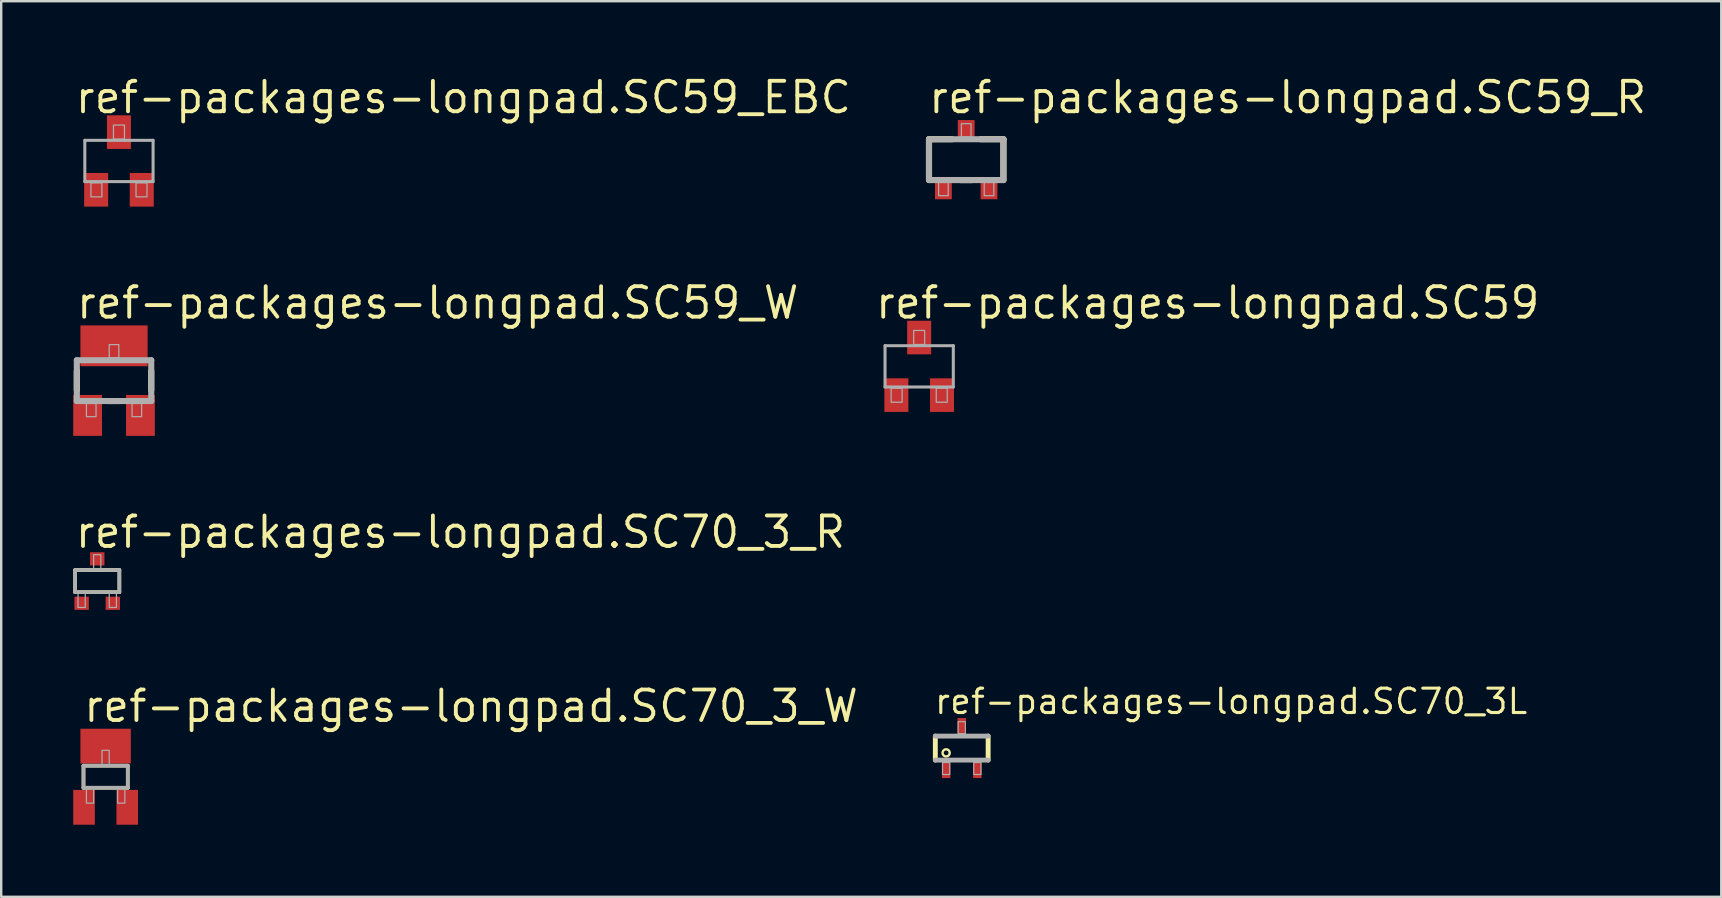
<source format=kicad_pcb>
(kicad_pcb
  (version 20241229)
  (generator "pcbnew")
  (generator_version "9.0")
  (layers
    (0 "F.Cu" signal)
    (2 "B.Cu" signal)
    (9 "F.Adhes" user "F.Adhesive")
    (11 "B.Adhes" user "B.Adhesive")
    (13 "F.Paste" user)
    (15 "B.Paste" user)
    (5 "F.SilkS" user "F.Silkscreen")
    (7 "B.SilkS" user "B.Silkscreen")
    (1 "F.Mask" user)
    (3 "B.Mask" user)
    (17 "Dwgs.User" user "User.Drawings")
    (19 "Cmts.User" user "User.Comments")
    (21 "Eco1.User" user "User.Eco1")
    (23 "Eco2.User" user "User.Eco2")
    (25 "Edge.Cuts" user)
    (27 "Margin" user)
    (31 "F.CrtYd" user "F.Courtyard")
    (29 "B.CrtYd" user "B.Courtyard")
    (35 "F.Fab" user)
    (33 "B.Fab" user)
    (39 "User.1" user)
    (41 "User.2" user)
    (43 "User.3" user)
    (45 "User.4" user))
  (footprint "ref-packages-longpad.SC70_3_W"
    (layer "F.Cu")
    (at 1.35 29.305)
    (property "Reference" "ref-packages-longpad.SC70_3_W" (at -1 -2.2 0) (layer "F.SilkS") (effects (font (size 1.27 1.27) (thickness 0.16)) (justify left bottom)))
    (attr smd)
    (fp_line (start -0.922 -0.46) (end 0.922 -0.46) (stroke (width 0.152) (type default)) (layer "F.SilkS"))
    (fp_line (start -0.922 0.46) (end -0.922 -0.46) (stroke (width 0.152) (type default)) (layer "F.SilkS"))
    (fp_line (start 0.922 -0.46) (end 0.922 0.46) (stroke (width 0.152) (type default)) (layer "F.SilkS"))
    (fp_line (start 0.922 0.46) (end -0.922 0.46) (stroke (width 0.152) (type default)) (layer "F.SilkS"))
    (fp_line (start -0.922 -0.46) (end 0.922 -0.46) (stroke (width 0.152) (type default)) (layer "F.Fab"))
    (fp_line (start -0.922 0.46) (end -0.922 -0.46) (stroke (width 0.152) (type default)) (layer "F.Fab"))
    (fp_line (start 0.922 -0.46) (end 0.922 0.46) (stroke (width 0.152) (type default)) (layer "F.Fab"))
    (fp_line (start 0.922 0.46) (end -0.922 0.46) (stroke (width 0.152) (type default)) (layer "F.Fab"))
    (fp_rect (start -0.8 1.1) (end -0.5 0.5) (stroke (width 0.05) (type default)) (fill no) (layer "F.Fab"))
    (fp_rect (start -0.15 -0.5) (end 0.15 -1.1) (stroke (width 0.05) (type default)) (fill no) (layer "F.Fab"))
    (fp_rect (start 0.5 1.1) (end 0.8 0.5) (stroke (width 0.05) (type default)) (fill no) (layer "F.Fab"))
    (pad "1" smd roundrect (at -0.9 1.275) (size 0.9 1.45) (layers "F.Cu" "F.Mask" "F.Paste") (roundrect_rratio 0.01))
    (pad "2" smd roundrect (at 0.9 1.275) (size 0.9 1.45) (layers "F.Cu" "F.Mask" "F.Paste") (roundrect_rratio 0.01))
    (pad "3" smd roundrect (at 0 -1.275) (size 2.1 1.45) (layers "F.Cu" "F.Mask" "F.Paste") (roundrect_rratio 0.01)))
  (footprint "ref-packages-longpad.SC70_3_R"
    (layer "F.Cu")
    (at 1 21.155)
    (property "Reference" "ref-packages-longpad.SC70_3_R" (at -1 -1.3 0) (layer "F.SilkS") (effects (font (size 1.27 1.27) (thickness 0.16)) (justify left bottom)))
    (attr smd)
    (fp_line (start -0.922 -0.46) (end 0.922 -0.46) (stroke (width 0.152) (type default)) (layer "F.SilkS"))
    (fp_line (start -0.922 0.46) (end -0.922 -0.46) (stroke (width 0.152) (type default)) (layer "F.SilkS"))
    (fp_line (start 0.922 -0.46) (end 0.922 0.46) (stroke (width 0.152) (type default)) (layer "F.SilkS"))
    (fp_line (start 0.922 0.46) (end -0.922 0.46) (stroke (width 0.152) (type default)) (layer "F.SilkS"))
    (fp_line (start -0.922 -0.46) (end 0.922 -0.46) (stroke (width 0.152) (type default)) (layer "F.Fab"))
    (fp_line (start -0.922 0.46) (end -0.922 -0.46) (stroke (width 0.152) (type default)) (layer "F.Fab"))
    (fp_line (start 0.922 -0.46) (end 0.922 0.46) (stroke (width 0.152) (type default)) (layer "F.Fab"))
    (fp_line (start 0.922 0.46) (end -0.922 0.46) (stroke (width 0.152) (type default)) (layer "F.Fab"))
    (fp_rect (start -0.8 1.1) (end -0.5 0.5) (stroke (width 0.05) (type default)) (fill no) (layer "F.Fab"))
    (fp_rect (start -0.15 -0.5) (end 0.15 -1.1) (stroke (width 0.05) (type default)) (fill no) (layer "F.Fab"))
    (fp_rect (start 0.5 1.1) (end 0.8 0.5) (stroke (width 0.05) (type default)) (fill no) (layer "F.Fab"))
    (pad "1" smd roundrect (at -0.65 0.925) (size 0.6 0.55) (layers "F.Cu" "F.Mask" "F.Paste") (roundrect_rratio 0.01))
    (pad "2" smd roundrect (at 0.65 0.925) (size 0.6 0.55) (layers "F.Cu" "F.Mask" "F.Paste") (roundrect_rratio 0.01))
    (pad "3" smd roundrect (at 0 -0.925) (size 0.6 0.55) (layers "F.Cu" "F.Mask" "F.Paste") (roundrect_rratio 0.01)))
  (footprint "ref-packages-longpad.SC59_EBC"
    (layer "F.Cu")
    (at 1.905 3.655)
    (property "Reference" "ref-packages-longpad.SC59_EBC" (at -1.905 -1.905 0) (layer "F.SilkS") (effects (font (size 1.27 1.27) (thickness 0.16)) (justify left bottom)))
    (attr smd)
    (fp_line (start -1.422 -0.86) (end 1.422 -0.86) (stroke (width 0.127) (type default)) (layer "F.Fab"))
    (fp_line (start -1.422 0.86) (end -1.422 -0.86) (stroke (width 0.127) (type default)) (layer "F.Fab"))
    (fp_line (start 1.422 -0.86) (end 1.422 0.86) (stroke (width 0.127) (type default)) (layer "F.Fab"))
    (fp_line (start 1.422 0.86) (end -1.422 0.86) (stroke (width 0.127) (type default)) (layer "F.Fab"))
    (fp_rect (start -1.168 1.495) (end -0.711 0.911) (stroke (width 0.05) (type default)) (fill no) (layer "F.Fab"))
    (fp_rect (start -0.229 -0.911) (end 0.229 -1.495) (stroke (width 0.05) (type default)) (fill no) (layer "F.Fab"))
    (fp_rect (start 0.711 1.495) (end 1.168 0.911) (stroke (width 0.05) (type default)) (fill no) (layer "F.Fab"))
    (pad "B" smd roundrect (at 0.95 1.2) (size 1 1.4) (layers "F.Cu" "F.Mask" "F.Paste") (roundrect_rratio 0.01))
    (pad "C" smd roundrect (at 0 -1.2) (size 1 1.4) (layers "F.Cu" "F.Mask" "F.Paste") (roundrect_rratio 0.01))
    (pad "E" smd roundrect (at -0.95 1.2) (size 1 1.4) (layers "F.Cu" "F.Mask" "F.Paste") (roundrect_rratio 0.01)))
  (footprint "ref-packages-longpad.SC59_W"
    (layer "F.Cu")
    (at 1.7 12.805)
    (property "Reference" "ref-packages-longpad.SC59_W" (at -1.65 -2.5 0) (layer "F.SilkS") (effects (font (size 1.27 1.27) (thickness 0.16)) (justify left bottom)))
    (attr smd)
    (fp_line (start -1.55 0.4) (end -1.55 -0.4) (stroke (width 0.254) (type default)) (layer "F.SilkS"))
    (fp_line (start 0.25 0.85) (end -0.25 0.85) (stroke (width 0.254) (type default)) (layer "F.SilkS"))
    (fp_line (start 1.55 -0.4) (end 1.55 0.4) (stroke (width 0.254) (type default)) (layer "F.SilkS"))
    (fp_line (start -1.55 -0.85) (end 1.55 -0.85) (stroke (width 0.254) (type default)) (layer "F.Fab"))
    (fp_line (start -1.55 0.85) (end -1.55 -0.85) (stroke (width 0.254) (type default)) (layer "F.Fab"))
    (fp_line (start 1.55 -0.85) (end 1.55 0.85) (stroke (width 0.254) (type default)) (layer "F.Fab"))
    (fp_line (start 1.55 0.85) (end -1.55 0.85) (stroke (width 0.254) (type default)) (layer "F.Fab"))
    (fp_rect (start -1.15 1.5) (end -0.75 0.95) (stroke (width 0.05) (type default)) (fill no) (layer "F.Fab"))
    (fp_rect (start -0.2 -0.95) (end 0.2 -1.5) (stroke (width 0.05) (type default)) (fill no) (layer "F.Fab"))
    (fp_rect (start 0.75 1.5) (end 1.15 0.95) (stroke (width 0.05) (type default)) (fill no) (layer "F.Fab"))
    (pad "1" smd roundrect (at -1.1 1.45) (size 1.2 1.7) (layers "F.Cu" "F.Mask" "F.Paste") (roundrect_rratio 0.01))
    (pad "2" smd roundrect (at 1.1 1.45) (size 1.2 1.7) (layers "F.Cu" "F.Mask" "F.Paste") (roundrect_rratio 0.01))
    (pad "3" smd roundrect (at 0 -1.45) (size 2.8 1.7) (layers "F.Cu" "F.Mask" "F.Paste") (roundrect_rratio 0.01)))
  (footprint "ref-packages-longpad.SC59_R"
    (layer "F.Cu")
    (at 37.197 3.6)
    (property "Reference" "ref-packages-longpad.SC59_R" (at -1.65 -1.85 0) (layer "F.SilkS") (effects (font (size 1.27 1.27) (thickness 0.16)) (justify left bottom)))
    (attr smd)
    (fp_line (start -1.55 -0.85) (end -0.6 -0.85) (stroke (width 0.254) (type default)) (layer "F.SilkS"))
    (fp_line (start -1.55 0.85) (end -1.55 -0.85) (stroke (width 0.254) (type default)) (layer "F.SilkS"))
    (fp_line (start 0.25 0.85) (end -0.25 0.85) (stroke (width 0.254) (type default)) (layer "F.SilkS"))
    (fp_line (start 0.6 -0.85) (end 1.55 -0.85) (stroke (width 0.254) (type default)) (layer "F.SilkS"))
    (fp_line (start 1.55 -0.85) (end 1.55 0.85) (stroke (width 0.254) (type default)) (layer "F.SilkS"))
    (fp_line (start -1.55 -0.85) (end 1.55 -0.85) (stroke (width 0.254) (type default)) (layer "F.Fab"))
    (fp_line (start -1.55 0.85) (end -1.55 -0.85) (stroke (width 0.254) (type default)) (layer "F.Fab"))
    (fp_line (start 1.55 -0.85) (end 1.55 0.85) (stroke (width 0.254) (type default)) (layer "F.Fab"))
    (fp_line (start 1.55 0.85) (end -1.55 0.85) (stroke (width 0.254) (type default)) (layer "F.Fab"))
    (fp_rect (start -1.15 1.5) (end -0.75 0.95) (stroke (width 0.05) (type default)) (fill no) (layer "F.Fab"))
    (fp_rect (start -0.2 -0.95) (end 0.2 -1.5) (stroke (width 0.05) (type default)) (fill no) (layer "F.Fab"))
    (fp_rect (start 0.75 1.5) (end 1.15 0.95) (stroke (width 0.05) (type default)) (fill no) (layer "F.Fab"))
    (pad "1" smd roundrect (at -0.95 1.2) (size 0.7 0.9) (layers "F.Cu" "F.Mask" "F.Paste") (roundrect_rratio 0.01))
    (pad "2" smd roundrect (at 0.95 1.2) (size 0.7 0.9) (layers "F.Cu" "F.Mask" "F.Paste") (roundrect_rratio 0.01))
    (pad "3" smd roundrect (at 0 -1.2) (size 0.7 0.9) (layers "F.Cu" "F.Mask" "F.Paste") (roundrect_rratio 0.01)))
  (footprint "ref-packages-longpad.SC59"
    (layer "F.Cu")
    (at 35.238 12.21)
    (property "Reference" "ref-packages-longpad.SC59" (at -1.905 -1.905 0) (layer "F.SilkS") (effects (font (size 1.27 1.27) (thickness 0.16)) (justify left bottom)))
    (attr smd)
    (fp_line (start -1.422 -0.86) (end 1.422 -0.86) (stroke (width 0.127) (type default)) (layer "F.Fab"))
    (fp_line (start -1.422 0.86) (end -1.422 -0.86) (stroke (width 0.127) (type default)) (layer "F.Fab"))
    (fp_line (start 1.422 -0.86) (end 1.422 0.86) (stroke (width 0.127) (type default)) (layer "F.Fab"))
    (fp_line (start 1.422 0.86) (end -1.422 0.86) (stroke (width 0.127) (type default)) (layer "F.Fab"))
    (fp_rect (start -1.168 1.495) (end -0.711 0.911) (stroke (width 0.05) (type default)) (fill no) (layer "F.Fab"))
    (fp_rect (start -0.229 -0.911) (end 0.229 -1.495) (stroke (width 0.05) (type default)) (fill no) (layer "F.Fab"))
    (fp_rect (start 0.711 1.495) (end 1.168 0.911) (stroke (width 0.05) (type default)) (fill no) (layer "F.Fab"))
    (pad "B" smd roundrect (at -0.95 1.2) (size 1 1.4) (layers "F.Cu" "F.Mask" "F.Paste") (roundrect_rratio 0.01))
    (pad "C" smd roundrect (at 0 -1.2) (size 1 1.4) (layers "F.Cu" "F.Mask" "F.Paste") (roundrect_rratio 0.01))
    (pad "E" smd roundrect (at 0.95 1.2) (size 1 1.4) (layers "F.Cu" "F.Mask" "F.Paste") (roundrect_rratio 0.01)))
  (footprint "ref-packages-longpad.SC70_3L"
    (layer "F.Cu")
    (at 37.011 28.111)
    (property "Reference" "ref-packages-longpad.SC70_3L" (at -1.2 -1.35 0) (layer "F.SilkS") (effects (font (size 1.016 1.016) (thickness 0.13)) (justify left bottom)))
    (attr smd)
    (fp_line (start -1.1 0.5) (end -1.1 -0.5) (stroke (width 0.203) (type default)) (layer "F.SilkS"))
    (fp_line (start 1.1 -0.5) (end 1.1 0.5) (stroke (width 0.203) (type default)) (layer "F.SilkS"))
    (fp_circle (center -0.65 0.2) (end -0.5 0.2) (stroke (width 0.1) (type default)) (fill no) (layer "F.SilkS"))
    (fp_line (start -1.1 -0.5) (end 1.1 -0.5) (stroke (width 0.203) (type default)) (layer "F.Fab"))
    (fp_line (start 1.1 0.5) (end -1.1 0.5) (stroke (width 0.203) (type default)) (layer "F.Fab"))
    (fp_rect (start -0.8 1.1) (end -0.5 0.6) (stroke (width 0.05) (type default)) (fill no) (layer "F.Fab"))
    (fp_rect (start -0.15 -0.6) (end 0.15 -1.1) (stroke (width 0.05) (type default)) (fill no) (layer "F.Fab"))
    (fp_rect (start 0.5 1.1) (end 0.8 0.6) (stroke (width 0.05) (type default)) (fill no) (layer "F.Fab"))
    (pad "1" smd roundrect (at -0.65 0.85) (size 0.35 0.8) (layers "F.Cu" "F.Mask" "F.Paste") (roundrect_rratio 0.01))
    (pad "2" smd roundrect (at 0.65 0.85) (size 0.35 0.8) (layers "F.Cu" "F.Mask" "F.Paste") (roundrect_rratio 0.01))
    (pad "3" smd roundrect (at 0 -0.85) (size 0.35 0.8) (layers "F.Cu" "F.Mask" "F.Paste") (roundrect_rratio 0.01)))
  (gr_rect
    (start -3 -3)
    (end 68.649 34.305)
    (stroke (width 0.1) (type default))
    (fill no)
    (layer "Edge.Cuts")))
</source>
